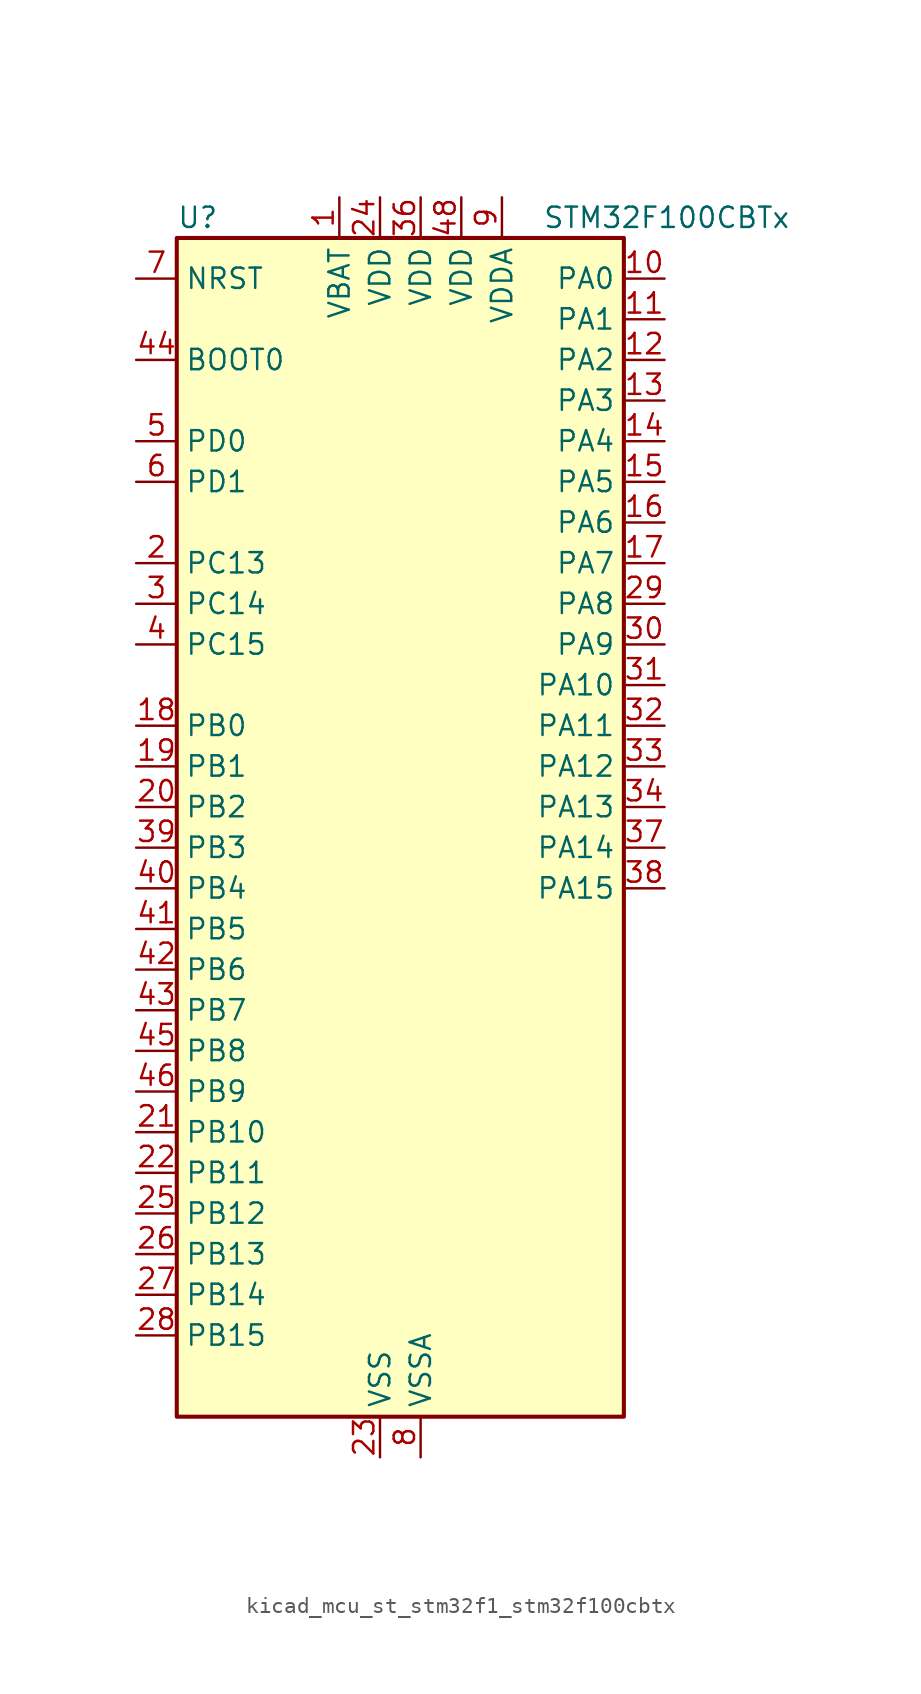
<source format=kicad_sym>
(kicad_symbol_lib
  (version 20220914)
  (generator kicad_symbol_editor)
  (symbol "kicad_mcu_st_stm32f1_stm32f100cbtx"
    (property "Reference" "U"
      (at -12.7 39.37 0)
      (effects (font (size 1.27 1.27)) (justify left)))
    (property "Value" "STM32F100CBTx"
      (at 10.16 39.37 0)
      (effects (font (size 1.27 1.27)) (justify left)))
    (property "ki_locked" ""
      (at 0 0 0)
      (effects (font (size 1.27 1.27))))
    (symbol "kicad_mcu_st_stm32f1_stm32f100cbtx_0_1"
      (rectangle (start -12.7 -35.56) (end 15.24 38.1) (stroke (width 0.254) (type default)) (fill (type background))))
    (symbol "kicad_mcu_st_stm32f1_stm32f100cbtx_1_1"
      (pin power_in line (at -2.54 40.64 270) (length 2.54) (name "VBAT" (effects (font (size 1.27 1.27)))) (number "1" (effects (font (size 1.27 1.27)))))
      (pin bidirectional line (at 17.78 35.56 180) (length 2.54) (name "PA0" (effects (font (size 1.27 1.27)))) (number "10" (effects (font (size 1.27 1.27)))) (alternate "ADC1_IN0" bidirectional line) (alternate "SYS_WKUP" bidirectional line) (alternate "TIM2_CH1" bidirectional line) (alternate "TIM2_ETR" bidirectional line) (alternate "USART2_CTS" bidirectional line))
      (pin bidirectional line (at 17.78 33.02 180) (length 2.54) (name "PA1" (effects (font (size 1.27 1.27)))) (number "11" (effects (font (size 1.27 1.27)))) (alternate "ADC1_IN1" bidirectional line) (alternate "TIM2_CH2" bidirectional line) (alternate "USART2_RTS" bidirectional line))
      (pin bidirectional line (at 17.78 30.48 180) (length 2.54) (name "PA2" (effects (font (size 1.27 1.27)))) (number "12" (effects (font (size 1.27 1.27)))) (alternate "ADC1_IN2" bidirectional line) (alternate "TIM15_CH1" bidirectional line) (alternate "TIM2_CH3" bidirectional line) (alternate "USART2_TX" bidirectional line))
      (pin bidirectional line (at 17.78 27.94 180) (length 2.54) (name "PA3" (effects (font (size 1.27 1.27)))) (number "13" (effects (font (size 1.27 1.27)))) (alternate "ADC1_IN3" bidirectional line) (alternate "TIM15_CH2" bidirectional line) (alternate "TIM2_CH4" bidirectional line) (alternate "USART2_RX" bidirectional line))
      (pin bidirectional line (at 17.78 25.4 180) (length 2.54) (name "PA4" (effects (font (size 1.27 1.27)))) (number "14" (effects (font (size 1.27 1.27)))) (alternate "ADC1_IN4" bidirectional line) (alternate "DAC_OUT1" bidirectional line) (alternate "SPI1_NSS" bidirectional line) (alternate "USART2_CK" bidirectional line))
      (pin bidirectional line (at 17.78 22.86 180) (length 2.54) (name "PA5" (effects (font (size 1.27 1.27)))) (number "15" (effects (font (size 1.27 1.27)))) (alternate "ADC1_IN5" bidirectional line) (alternate "DAC_OUT2" bidirectional line) (alternate "SPI1_SCK" bidirectional line))
      (pin bidirectional line (at 17.78 20.32 180) (length 2.54) (name "PA6" (effects (font (size 1.27 1.27)))) (number "16" (effects (font (size 1.27 1.27)))) (alternate "ADC1_IN6" bidirectional line) (alternate "SPI1_MISO" bidirectional line) (alternate "TIM16_CH1" bidirectional line) (alternate "TIM1_BKIN" bidirectional line) (alternate "TIM3_CH1" bidirectional line))
      (pin bidirectional line (at 17.78 17.78 180) (length 2.54) (name "PA7" (effects (font (size 1.27 1.27)))) (number "17" (effects (font (size 1.27 1.27)))) (alternate "ADC1_IN7" bidirectional line) (alternate "SPI1_MOSI" bidirectional line) (alternate "TIM17_CH1" bidirectional line) (alternate "TIM1_CH1N" bidirectional line) (alternate "TIM3_CH2" bidirectional line))
      (pin bidirectional line (at -15.24 7.62 0) (length 2.54) (name "PB0" (effects (font (size 1.27 1.27)))) (number "18" (effects (font (size 1.27 1.27)))) (alternate "ADC1_IN8" bidirectional line) (alternate "TIM1_CH2N" bidirectional line) (alternate "TIM3_CH3" bidirectional line))
      (pin bidirectional line (at -15.24 5.08 0) (length 2.54) (name "PB1" (effects (font (size 1.27 1.27)))) (number "19" (effects (font (size 1.27 1.27)))) (alternate "ADC1_IN9" bidirectional line) (alternate "TIM1_CH3N" bidirectional line) (alternate "TIM3_CH4" bidirectional line))
      (pin bidirectional line (at -15.24 17.78 0) (length 2.54) (name "PC13" (effects (font (size 1.27 1.27)))) (number "2" (effects (font (size 1.27 1.27)))) (alternate "RTC_OUT" bidirectional line) (alternate "RTC_TAMPER" bidirectional line))
      (pin bidirectional line (at -15.24 2.54 0) (length 2.54) (name "PB2" (effects (font (size 1.27 1.27)))) (number "20" (effects (font (size 1.27 1.27)))))
      (pin bidirectional line (at -15.24 -17.78 0) (length 2.54) (name "PB10" (effects (font (size 1.27 1.27)))) (number "21" (effects (font (size 1.27 1.27)))) (alternate "CEC" bidirectional line) (alternate "I2C2_SCL" bidirectional line) (alternate "TIM2_CH3" bidirectional line) (alternate "USART3_TX" bidirectional line))
      (pin bidirectional line (at -15.24 -20.32 0) (length 2.54) (name "PB11" (effects (font (size 1.27 1.27)))) (number "22" (effects (font (size 1.27 1.27)))) (alternate "ADC1_EXTI11" bidirectional line) (alternate "I2C2_SDA" bidirectional line) (alternate "TIM2_CH4" bidirectional line) (alternate "USART3_RX" bidirectional line))
      (pin power_in line (at 0 -38.1 90) (length 2.54) (name "VSS" (effects (font (size 1.27 1.27)))) (number "23" (effects (font (size 1.27 1.27)))))
      (pin power_in line (at 0 40.64 270) (length 2.54) (name "VDD" (effects (font (size 1.27 1.27)))) (number "24" (effects (font (size 1.27 1.27)))))
      (pin bidirectional line (at -15.24 -22.86 0) (length 2.54) (name "PB12" (effects (font (size 1.27 1.27)))) (number "25" (effects (font (size 1.27 1.27)))) (alternate "I2C2_SMBA" bidirectional line) (alternate "SPI2_NSS" bidirectional line) (alternate "TIM1_BKIN" bidirectional line) (alternate "USART3_CK" bidirectional line))
      (pin bidirectional line (at -15.24 -25.4 0) (length 2.54) (name "PB13" (effects (font (size 1.27 1.27)))) (number "26" (effects (font (size 1.27 1.27)))) (alternate "SPI2_SCK" bidirectional line) (alternate "TIM1_CH1N" bidirectional line) (alternate "USART3_CTS" bidirectional line))
      (pin bidirectional line (at -15.24 -27.94 0) (length 2.54) (name "PB14" (effects (font (size 1.27 1.27)))) (number "27" (effects (font (size 1.27 1.27)))) (alternate "SPI2_MISO" bidirectional line) (alternate "TIM15_CH1" bidirectional line) (alternate "TIM1_CH2N" bidirectional line) (alternate "USART3_RTS" bidirectional line))
      (pin bidirectional line (at -15.24 -30.48 0) (length 2.54) (name "PB15" (effects (font (size 1.27 1.27)))) (number "28" (effects (font (size 1.27 1.27)))) (alternate "ADC1_EXTI15" bidirectional line) (alternate "SPI2_MOSI" bidirectional line) (alternate "TIM15_CH1N" bidirectional line) (alternate "TIM15_CH2" bidirectional line) (alternate "TIM1_CH3N" bidirectional line))
      (pin bidirectional line (at 17.78 15.24 180) (length 2.54) (name "PA8" (effects (font (size 1.27 1.27)))) (number "29" (effects (font (size 1.27 1.27)))) (alternate "RCC_MCO" bidirectional line) (alternate "TIM1_CH1" bidirectional line) (alternate "USART1_CK" bidirectional line))
      (pin bidirectional line (at -15.24 15.24 0) (length 2.54) (name "PC14" (effects (font (size 1.27 1.27)))) (number "3" (effects (font (size 1.27 1.27)))) (alternate "RCC_OSC32_IN" bidirectional line))
      (pin bidirectional line (at 17.78 12.7 180) (length 2.54) (name "PA9" (effects (font (size 1.27 1.27)))) (number "30" (effects (font (size 1.27 1.27)))) (alternate "DAC_EXTI9" bidirectional line) (alternate "TIM15_BKIN" bidirectional line) (alternate "TIM1_CH2" bidirectional line) (alternate "USART1_TX" bidirectional line))
      (pin bidirectional line (at 17.78 10.16 180) (length 2.54) (name "PA10" (effects (font (size 1.27 1.27)))) (number "31" (effects (font (size 1.27 1.27)))) (alternate "TIM17_BKIN" bidirectional line) (alternate "TIM1_CH3" bidirectional line) (alternate "USART1_RX" bidirectional line))
      (pin bidirectional line (at 17.78 7.62 180) (length 2.54) (name "PA11" (effects (font (size 1.27 1.27)))) (number "32" (effects (font (size 1.27 1.27)))) (alternate "ADC1_EXTI11" bidirectional line) (alternate "TIM1_CH4" bidirectional line) (alternate "USART1_CTS" bidirectional line))
      (pin bidirectional line (at 17.78 5.08 180) (length 2.54) (name "PA12" (effects (font (size 1.27 1.27)))) (number "33" (effects (font (size 1.27 1.27)))) (alternate "TIM1_ETR" bidirectional line) (alternate "USART1_RTS" bidirectional line))
      (pin bidirectional line (at 17.78 2.54 180) (length 2.54) (name "PA13" (effects (font (size 1.27 1.27)))) (number "34" (effects (font (size 1.27 1.27)))) (alternate "SYS_JTMS-SWDIO" bidirectional line))
      (pin passive line (at 0 -38.1 90) (length 2.54) hide (name "VSS" (effects (font (size 1.27 1.27)))) (number "35" (effects (font (size 1.27 1.27)))))
      (pin power_in line (at 2.54 40.64 270) (length 2.54) (name "VDD" (effects (font (size 1.27 1.27)))) (number "36" (effects (font (size 1.27 1.27)))))
      (pin bidirectional line (at 17.78 0 180) (length 2.54) (name "PA14" (effects (font (size 1.27 1.27)))) (number "37" (effects (font (size 1.27 1.27)))) (alternate "SYS_JTCK-SWCLK" bidirectional line))
      (pin bidirectional line (at 17.78 -2.54 180) (length 2.54) (name "PA15" (effects (font (size 1.27 1.27)))) (number "38" (effects (font (size 1.27 1.27)))) (alternate "ADC1_EXTI15" bidirectional line) (alternate "SPI1_NSS" bidirectional line) (alternate "SYS_JTDI" bidirectional line) (alternate "TIM2_CH1" bidirectional line) (alternate "TIM2_ETR" bidirectional line))
      (pin bidirectional line (at -15.24 0 0) (length 2.54) (name "PB3" (effects (font (size 1.27 1.27)))) (number "39" (effects (font (size 1.27 1.27)))) (alternate "SPI1_SCK" bidirectional line) (alternate "SYS_JTDO-TRACESWO" bidirectional line) (alternate "TIM2_CH2" bidirectional line))
      (pin bidirectional line (at -15.24 12.7 0) (length 2.54) (name "PC15" (effects (font (size 1.27 1.27)))) (number "4" (effects (font (size 1.27 1.27)))) (alternate "ADC1_EXTI15" bidirectional line) (alternate "RCC_OSC32_OUT" bidirectional line))
      (pin bidirectional line (at -15.24 -2.54 0) (length 2.54) (name "PB4" (effects (font (size 1.27 1.27)))) (number "40" (effects (font (size 1.27 1.27)))) (alternate "SPI1_MISO" bidirectional line) (alternate "SYS_NJTRST" bidirectional line) (alternate "TIM3_CH1" bidirectional line))
      (pin bidirectional line (at -15.24 -5.08 0) (length 2.54) (name "PB5" (effects (font (size 1.27 1.27)))) (number "41" (effects (font (size 1.27 1.27)))) (alternate "I2C1_SMBA" bidirectional line) (alternate "SPI1_MOSI" bidirectional line) (alternate "TIM16_BKIN" bidirectional line) (alternate "TIM3_CH2" bidirectional line))
      (pin bidirectional line (at -15.24 -7.62 0) (length 2.54) (name "PB6" (effects (font (size 1.27 1.27)))) (number "42" (effects (font (size 1.27 1.27)))) (alternate "I2C1_SCL" bidirectional line) (alternate "TIM16_CH1N" bidirectional line) (alternate "TIM4_CH1" bidirectional line) (alternate "USART1_TX" bidirectional line))
      (pin bidirectional line (at -15.24 -10.16 0) (length 2.54) (name "PB7" (effects (font (size 1.27 1.27)))) (number "43" (effects (font (size 1.27 1.27)))) (alternate "I2C1_SDA" bidirectional line) (alternate "TIM17_CH1N" bidirectional line) (alternate "TIM4_CH2" bidirectional line) (alternate "USART1_RX" bidirectional line))
      (pin input line (at -15.24 30.48 0) (length 2.54) (name "BOOT0" (effects (font (size 1.27 1.27)))) (number "44" (effects (font (size 1.27 1.27)))))
      (pin bidirectional line (at -15.24 -12.7 0) (length 2.54) (name "PB8" (effects (font (size 1.27 1.27)))) (number "45" (effects (font (size 1.27 1.27)))) (alternate "CEC" bidirectional line) (alternate "I2C1_SCL" bidirectional line) (alternate "TIM16_CH1" bidirectional line) (alternate "TIM4_CH3" bidirectional line))
      (pin bidirectional line (at -15.24 -15.24 0) (length 2.54) (name "PB9" (effects (font (size 1.27 1.27)))) (number "46" (effects (font (size 1.27 1.27)))) (alternate "DAC_EXTI9" bidirectional line) (alternate "I2C1_SDA" bidirectional line) (alternate "TIM17_CH1" bidirectional line) (alternate "TIM4_CH4" bidirectional line))
      (pin passive line (at 0 -38.1 90) (length 2.54) hide (name "VSS" (effects (font (size 1.27 1.27)))) (number "47" (effects (font (size 1.27 1.27)))))
      (pin power_in line (at 5.08 40.64 270) (length 2.54) (name "VDD" (effects (font (size 1.27 1.27)))) (number "48" (effects (font (size 1.27 1.27)))))
      (pin bidirectional line (at -15.24 25.4 0) (length 2.54) (name "PD0" (effects (font (size 1.27 1.27)))) (number "5" (effects (font (size 1.27 1.27)))) (alternate "RCC_OSC_IN" bidirectional line))
      (pin bidirectional line (at -15.24 22.86 0) (length 2.54) (name "PD1" (effects (font (size 1.27 1.27)))) (number "6" (effects (font (size 1.27 1.27)))) (alternate "RCC_OSC_OUT" bidirectional line))
      (pin input line (at -15.24 35.56 0) (length 2.54) (name "NRST" (effects (font (size 1.27 1.27)))) (number "7" (effects (font (size 1.27 1.27)))))
      (pin power_in line (at 2.54 -38.1 90) (length 2.54) (name "VSSA" (effects (font (size 1.27 1.27)))) (number "8" (effects (font (size 1.27 1.27)))))
      (pin power_in line (at 7.62 40.64 270) (length 2.54) (name "VDDA" (effects (font (size 1.27 1.27)))) (number "9" (effects (font (size 1.27 1.27))))))))
</source>
